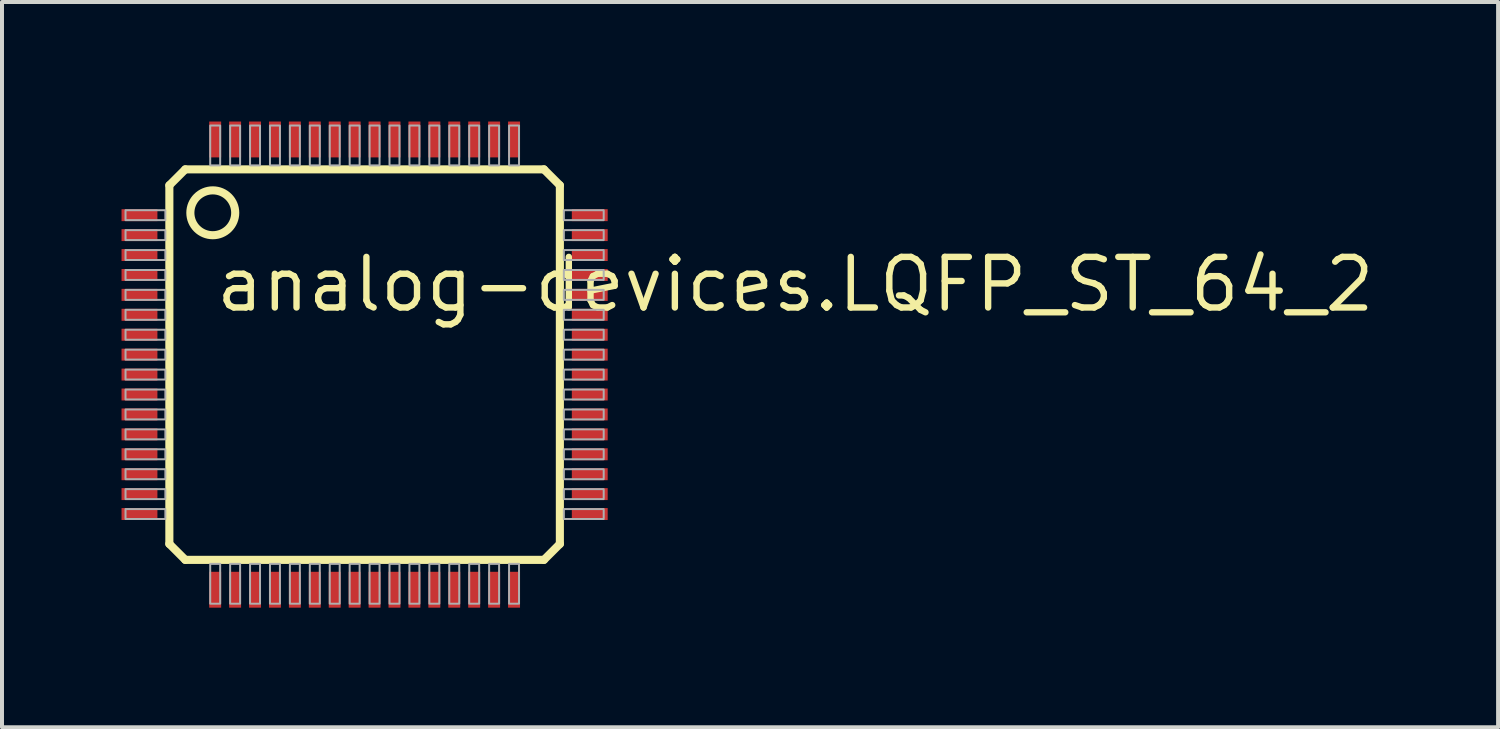
<source format=kicad_pcb>
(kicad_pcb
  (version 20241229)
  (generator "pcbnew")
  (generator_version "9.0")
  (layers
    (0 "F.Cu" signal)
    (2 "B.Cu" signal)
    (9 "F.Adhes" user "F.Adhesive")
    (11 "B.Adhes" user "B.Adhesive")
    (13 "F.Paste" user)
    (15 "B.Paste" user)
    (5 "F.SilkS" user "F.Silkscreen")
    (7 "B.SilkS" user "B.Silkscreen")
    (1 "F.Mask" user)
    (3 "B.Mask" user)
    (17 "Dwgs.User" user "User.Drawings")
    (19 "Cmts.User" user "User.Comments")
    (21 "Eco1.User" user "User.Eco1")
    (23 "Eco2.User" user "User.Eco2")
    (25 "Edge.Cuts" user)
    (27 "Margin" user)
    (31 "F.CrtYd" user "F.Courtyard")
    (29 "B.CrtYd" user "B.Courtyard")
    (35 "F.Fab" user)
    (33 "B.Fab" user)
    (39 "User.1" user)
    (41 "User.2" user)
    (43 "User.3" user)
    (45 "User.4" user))
  (footprint "analog-devices.LQFP_ST_64_2"
    (layer "F.Cu")
    (at 6.1 6.1)
    (property "Reference" "analog-devices.LQFP_ST_64_2" (at -3.81 -1.27 0) (layer "F.SilkS") (effects (font (size 1.27 1.27) (thickness 0.16)) (justify left bottom)))
    (attr smd)
    (fp_line (start -4.9 -4.5) (end -4.5 -4.9) (stroke (width 0.203) (type default)) (layer "F.SilkS"))
    (fp_line (start -4.9 4.5) (end -4.9 -4.5) (stroke (width 0.203) (type default)) (layer "F.SilkS"))
    (fp_line (start -4.5 -4.9) (end 4.5 -4.9) (stroke (width 0.203) (type default)) (layer "F.SilkS"))
    (fp_line (start -4.5 4.9) (end -4.9 4.5) (stroke (width 0.203) (type default)) (layer "F.SilkS"))
    (fp_line (start 4.5 -4.9) (end 4.9 -4.5) (stroke (width 0.203) (type default)) (layer "F.SilkS"))
    (fp_line (start 4.5 4.9) (end -4.5 4.9) (stroke (width 0.203) (type default)) (layer "F.SilkS"))
    (fp_line (start 4.9 -4.5) (end 4.9 4.5) (stroke (width 0.203) (type default)) (layer "F.SilkS"))
    (fp_line (start 4.9 4.5) (end 4.5 4.9) (stroke (width 0.203) (type default)) (layer "F.SilkS"))
    (fp_circle (center -3.81 -3.81) (end -3.247 -3.81) (stroke (width 0.203) (type default)) (fill no) (layer "F.SilkS"))
    (fp_rect (start -6 -3.625) (end -5 -3.875) (stroke (width 0.05) (type default)) (fill no) (layer "F.Fab"))
    (fp_rect (start -6 -3.125) (end -5 -3.375) (stroke (width 0.05) (type default)) (fill no) (layer "F.Fab"))
    (fp_rect (start -6 -2.625) (end -5 -2.875) (stroke (width 0.05) (type default)) (fill no) (layer "F.Fab"))
    (fp_rect (start -6 -2.125) (end -5 -2.375) (stroke (width 0.05) (type default)) (fill no) (layer "F.Fab"))
    (fp_rect (start -6 -1.625) (end -5 -1.875) (stroke (width 0.05) (type default)) (fill no) (layer "F.Fab"))
    (fp_rect (start -6 -1.125) (end -5 -1.375) (stroke (width 0.05) (type default)) (fill no) (layer "F.Fab"))
    (fp_rect (start -6 -0.625) (end -5 -0.875) (stroke (width 0.05) (type default)) (fill no) (layer "F.Fab"))
    (fp_rect (start -6 -0.125) (end -5 -0.375) (stroke (width 0.05) (type default)) (fill no) (layer "F.Fab"))
    (fp_rect (start -6 0.375) (end -5 0.125) (stroke (width 0.05) (type default)) (fill no) (layer "F.Fab"))
    (fp_rect (start -6 0.875) (end -5 0.625) (stroke (width 0.05) (type default)) (fill no) (layer "F.Fab"))
    (fp_rect (start -6 1.375) (end -5 1.125) (stroke (width 0.05) (type default)) (fill no) (layer "F.Fab"))
    (fp_rect (start -6 1.875) (end -5 1.625) (stroke (width 0.05) (type default)) (fill no) (layer "F.Fab"))
    (fp_rect (start -6 2.375) (end -5 2.125) (stroke (width 0.05) (type default)) (fill no) (layer "F.Fab"))
    (fp_rect (start -6 2.875) (end -5 2.625) (stroke (width 0.05) (type default)) (fill no) (layer "F.Fab"))
    (fp_rect (start -6 3.375) (end -5 3.125) (stroke (width 0.05) (type default)) (fill no) (layer "F.Fab"))
    (fp_rect (start -6 3.875) (end -5 3.625) (stroke (width 0.05) (type default)) (fill no) (layer "F.Fab"))
    (fp_rect (start -3.875 -5) (end -3.625 -6) (stroke (width 0.05) (type default)) (fill no) (layer "F.Fab"))
    (fp_rect (start -3.875 6) (end -3.625 5) (stroke (width 0.05) (type default)) (fill no) (layer "F.Fab"))
    (fp_rect (start -3.375 -5) (end -3.125 -6) (stroke (width 0.05) (type default)) (fill no) (layer "F.Fab"))
    (fp_rect (start -3.375 6) (end -3.125 5) (stroke (width 0.05) (type default)) (fill no) (layer "F.Fab"))
    (fp_rect (start -2.875 -5) (end -2.625 -6) (stroke (width 0.05) (type default)) (fill no) (layer "F.Fab"))
    (fp_rect (start -2.875 6) (end -2.625 5) (stroke (width 0.05) (type default)) (fill no) (layer "F.Fab"))
    (fp_rect (start -2.375 -5) (end -2.125 -6) (stroke (width 0.05) (type default)) (fill no) (layer "F.Fab"))
    (fp_rect (start -2.375 6) (end -2.125 5) (stroke (width 0.05) (type default)) (fill no) (layer "F.Fab"))
    (fp_rect (start -1.875 -5) (end -1.625 -6) (stroke (width 0.05) (type default)) (fill no) (layer "F.Fab"))
    (fp_rect (start -1.875 6) (end -1.625 5) (stroke (width 0.05) (type default)) (fill no) (layer "F.Fab"))
    (fp_rect (start -1.375 -5) (end -1.125 -6) (stroke (width 0.05) (type default)) (fill no) (layer "F.Fab"))
    (fp_rect (start -1.375 6) (end -1.125 5) (stroke (width 0.05) (type default)) (fill no) (layer "F.Fab"))
    (fp_rect (start -0.875 -5) (end -0.625 -6) (stroke (width 0.05) (type default)) (fill no) (layer "F.Fab"))
    (fp_rect (start -0.875 6) (end -0.625 5) (stroke (width 0.05) (type default)) (fill no) (layer "F.Fab"))
    (fp_rect (start -0.375 -5) (end -0.125 -6) (stroke (width 0.05) (type default)) (fill no) (layer "F.Fab"))
    (fp_rect (start -0.375 6) (end -0.125 5) (stroke (width 0.05) (type default)) (fill no) (layer "F.Fab"))
    (fp_rect (start 0.125 -5) (end 0.375 -6) (stroke (width 0.05) (type default)) (fill no) (layer "F.Fab"))
    (fp_rect (start 0.125 6) (end 0.375 5) (stroke (width 0.05) (type default)) (fill no) (layer "F.Fab"))
    (fp_rect (start 0.625 -5) (end 0.875 -6) (stroke (width 0.05) (type default)) (fill no) (layer "F.Fab"))
    (fp_rect (start 0.625 6) (end 0.875 5) (stroke (width 0.05) (type default)) (fill no) (layer "F.Fab"))
    (fp_rect (start 1.125 -5) (end 1.375 -6) (stroke (width 0.05) (type default)) (fill no) (layer "F.Fab"))
    (fp_rect (start 1.125 6) (end 1.375 5) (stroke (width 0.05) (type default)) (fill no) (layer "F.Fab"))
    (fp_rect (start 1.625 -5) (end 1.875 -6) (stroke (width 0.05) (type default)) (fill no) (layer "F.Fab"))
    (fp_rect (start 1.625 6) (end 1.875 5) (stroke (width 0.05) (type default)) (fill no) (layer "F.Fab"))
    (fp_rect (start 2.125 -5) (end 2.375 -6) (stroke (width 0.05) (type default)) (fill no) (layer "F.Fab"))
    (fp_rect (start 2.125 6) (end 2.375 5) (stroke (width 0.05) (type default)) (fill no) (layer "F.Fab"))
    (fp_rect (start 2.625 -5) (end 2.875 -6) (stroke (width 0.05) (type default)) (fill no) (layer "F.Fab"))
    (fp_rect (start 2.625 6) (end 2.875 5) (stroke (width 0.05) (type default)) (fill no) (layer "F.Fab"))
    (fp_rect (start 3.125 -5) (end 3.375 -6) (stroke (width 0.05) (type default)) (fill no) (layer "F.Fab"))
    (fp_rect (start 3.125 6) (end 3.375 5) (stroke (width 0.05) (type default)) (fill no) (layer "F.Fab"))
    (fp_rect (start 3.625 -5) (end 3.875 -6) (stroke (width 0.05) (type default)) (fill no) (layer "F.Fab"))
    (fp_rect (start 3.625 6) (end 3.875 5) (stroke (width 0.05) (type default)) (fill no) (layer "F.Fab"))
    (fp_rect (start 5 -3.625) (end 6 -3.875) (stroke (width 0.05) (type default)) (fill no) (layer "F.Fab"))
    (fp_rect (start 5 -3.125) (end 6 -3.375) (stroke (width 0.05) (type default)) (fill no) (layer "F.Fab"))
    (fp_rect (start 5 -2.625) (end 6 -2.875) (stroke (width 0.05) (type default)) (fill no) (layer "F.Fab"))
    (fp_rect (start 5 -2.125) (end 6 -2.375) (stroke (width 0.05) (type default)) (fill no) (layer "F.Fab"))
    (fp_rect (start 5 -1.625) (end 6 -1.875) (stroke (width 0.05) (type default)) (fill no) (layer "F.Fab"))
    (fp_rect (start 5 -1.125) (end 6 -1.375) (stroke (width 0.05) (type default)) (fill no) (layer "F.Fab"))
    (fp_rect (start 5 -0.625) (end 6 -0.875) (stroke (width 0.05) (type default)) (fill no) (layer "F.Fab"))
    (fp_rect (start 5 -0.125) (end 6 -0.375) (stroke (width 0.05) (type default)) (fill no) (layer "F.Fab"))
    (fp_rect (start 5 0.375) (end 6 0.125) (stroke (width 0.05) (type default)) (fill no) (layer "F.Fab"))
    (fp_rect (start 5 0.875) (end 6 0.625) (stroke (width 0.05) (type default)) (fill no) (layer "F.Fab"))
    (fp_rect (start 5 1.375) (end 6 1.125) (stroke (width 0.05) (type default)) (fill no) (layer "F.Fab"))
    (fp_rect (start 5 1.875) (end 6 1.625) (stroke (width 0.05) (type default)) (fill no) (layer "F.Fab"))
    (fp_rect (start 5 2.375) (end 6 2.125) (stroke (width 0.05) (type default)) (fill no) (layer "F.Fab"))
    (fp_rect (start 5 2.875) (end 6 2.625) (stroke (width 0.05) (type default)) (fill no) (layer "F.Fab"))
    (fp_rect (start 5 3.375) (end 6 3.125) (stroke (width 0.05) (type default)) (fill no) (layer "F.Fab"))
    (fp_rect (start 5 3.875) (end 6 3.625) (stroke (width 0.05) (type default)) (fill no) (layer "F.Fab"))
    (pad "1" smd roundrect (at -5.65 -3.75) (size 0.9 0.3) (layers "F.Cu" "F.Mask" "F.Paste") (roundrect_rratio 0.01))
    (pad "2" smd roundrect (at -5.65 -3.25) (size 0.9 0.3) (layers "F.Cu" "F.Mask" "F.Paste") (roundrect_rratio 0.01))
    (pad "3" smd roundrect (at -5.65 -2.75) (size 0.9 0.3) (layers "F.Cu" "F.Mask" "F.Paste") (roundrect_rratio 0.01))
    (pad "4" smd roundrect (at -5.65 -2.25) (size 0.9 0.3) (layers "F.Cu" "F.Mask" "F.Paste") (roundrect_rratio 0.01))
    (pad "5" smd roundrect (at -5.65 -1.75) (size 0.9 0.3) (layers "F.Cu" "F.Mask" "F.Paste") (roundrect_rratio 0.01))
    (pad "6" smd roundrect (at -5.65 -1.25) (size 0.9 0.3) (layers "F.Cu" "F.Mask" "F.Paste") (roundrect_rratio 0.01))
    (pad "7" smd roundrect (at -5.65 -0.75) (size 0.9 0.3) (layers "F.Cu" "F.Mask" "F.Paste") (roundrect_rratio 0.01))
    (pad "8" smd roundrect (at -5.65 -0.25) (size 0.9 0.3) (layers "F.Cu" "F.Mask" "F.Paste") (roundrect_rratio 0.01))
    (pad "9" smd roundrect (at -5.65 0.25) (size 0.9 0.3) (layers "F.Cu" "F.Mask" "F.Paste") (roundrect_rratio 0.01))
    (pad "10" smd roundrect (at -5.65 0.75) (size 0.9 0.3) (layers "F.Cu" "F.Mask" "F.Paste") (roundrect_rratio 0.01))
    (pad "11" smd roundrect (at -5.65 1.25) (size 0.9 0.3) (layers "F.Cu" "F.Mask" "F.Paste") (roundrect_rratio 0.01))
    (pad "12" smd roundrect (at -5.65 1.75) (size 0.9 0.3) (layers "F.Cu" "F.Mask" "F.Paste") (roundrect_rratio 0.01))
    (pad "13" smd roundrect (at -5.65 2.25) (size 0.9 0.3) (layers "F.Cu" "F.Mask" "F.Paste") (roundrect_rratio 0.01))
    (pad "14" smd roundrect (at -5.65 2.75) (size 0.9 0.3) (layers "F.Cu" "F.Mask" "F.Paste") (roundrect_rratio 0.01))
    (pad "15" smd roundrect (at -5.65 3.25) (size 0.9 0.3) (layers "F.Cu" "F.Mask" "F.Paste") (roundrect_rratio 0.01))
    (pad "16" smd roundrect (at -5.65 3.75) (size 0.9 0.3) (layers "F.Cu" "F.Mask" "F.Paste") (roundrect_rratio 0.01))
    (pad "17" smd roundrect (at -3.75 5.65 90) (size 0.9 0.3) (layers "F.Cu" "F.Mask" "F.Paste") (roundrect_rratio 0.01))
    (pad "18" smd roundrect (at -3.25 5.65 90) (size 0.9 0.3) (layers "F.Cu" "F.Mask" "F.Paste") (roundrect_rratio 0.01))
    (pad "19" smd roundrect (at -2.75 5.65 90) (size 0.9 0.3) (layers "F.Cu" "F.Mask" "F.Paste") (roundrect_rratio 0.01))
    (pad "20" smd roundrect (at -2.25 5.65 90) (size 0.9 0.3) (layers "F.Cu" "F.Mask" "F.Paste") (roundrect_rratio 0.01))
    (pad "21" smd roundrect (at -1.75 5.65 90) (size 0.9 0.3) (layers "F.Cu" "F.Mask" "F.Paste") (roundrect_rratio 0.01))
    (pad "22" smd roundrect (at -1.25 5.65 90) (size 0.9 0.3) (layers "F.Cu" "F.Mask" "F.Paste") (roundrect_rratio 0.01))
    (pad "23" smd roundrect (at -0.75 5.65 90) (size 0.9 0.3) (layers "F.Cu" "F.Mask" "F.Paste") (roundrect_rratio 0.01))
    (pad "24" smd roundrect (at -0.25 5.65 90) (size 0.9 0.3) (layers "F.Cu" "F.Mask" "F.Paste") (roundrect_rratio 0.01))
    (pad "25" smd roundrect (at 0.25 5.65 90) (size 0.9 0.3) (layers "F.Cu" "F.Mask" "F.Paste") (roundrect_rratio 0.01))
    (pad "26" smd roundrect (at 0.75 5.65 90) (size 0.9 0.3) (layers "F.Cu" "F.Mask" "F.Paste") (roundrect_rratio 0.01))
    (pad "27" smd roundrect (at 1.25 5.65 90) (size 0.9 0.3) (layers "F.Cu" "F.Mask" "F.Paste") (roundrect_rratio 0.01))
    (pad "28" smd roundrect (at 1.75 5.65 90) (size 0.9 0.3) (layers "F.Cu" "F.Mask" "F.Paste") (roundrect_rratio 0.01))
    (pad "29" smd roundrect (at 2.25 5.65 90) (size 0.9 0.3) (layers "F.Cu" "F.Mask" "F.Paste") (roundrect_rratio 0.01))
    (pad "30" smd roundrect (at 2.75 5.65 90) (size 0.9 0.3) (layers "F.Cu" "F.Mask" "F.Paste") (roundrect_rratio 0.01))
    (pad "31" smd roundrect (at 3.25 5.65 90) (size 0.9 0.3) (layers "F.Cu" "F.Mask" "F.Paste") (roundrect_rratio 0.01))
    (pad "32" smd roundrect (at 3.75 5.65 90) (size 0.9 0.3) (layers "F.Cu" "F.Mask" "F.Paste") (roundrect_rratio 0.01))
    (pad "33" smd roundrect (at 5.65 3.75 180) (size 0.9 0.3) (layers "F.Cu" "F.Mask" "F.Paste") (roundrect_rratio 0.01))
    (pad "34" smd roundrect (at 5.65 3.25 180) (size 0.9 0.3) (layers "F.Cu" "F.Mask" "F.Paste") (roundrect_rratio 0.01))
    (pad "35" smd roundrect (at 5.65 2.75 180) (size 0.9 0.3) (layers "F.Cu" "F.Mask" "F.Paste") (roundrect_rratio 0.01))
    (pad "36" smd roundrect (at 5.65 2.25 180) (size 0.9 0.3) (layers "F.Cu" "F.Mask" "F.Paste") (roundrect_rratio 0.01))
    (pad "37" smd roundrect (at 5.65 1.75 180) (size 0.9 0.3) (layers "F.Cu" "F.Mask" "F.Paste") (roundrect_rratio 0.01))
    (pad "38" smd roundrect (at 5.65 1.25 180) (size 0.9 0.3) (layers "F.Cu" "F.Mask" "F.Paste") (roundrect_rratio 0.01))
    (pad "39" smd roundrect (at 5.65 0.75 180) (size 0.9 0.3) (layers "F.Cu" "F.Mask" "F.Paste") (roundrect_rratio 0.01))
    (pad "40" smd roundrect (at 5.65 0.25 180) (size 0.9 0.3) (layers "F.Cu" "F.Mask" "F.Paste") (roundrect_rratio 0.01))
    (pad "41" smd roundrect (at 5.65 -0.25 180) (size 0.9 0.3) (layers "F.Cu" "F.Mask" "F.Paste") (roundrect_rratio 0.01))
    (pad "42" smd roundrect (at 5.65 -0.75 180) (size 0.9 0.3) (layers "F.Cu" "F.Mask" "F.Paste") (roundrect_rratio 0.01))
    (pad "43" smd roundrect (at 5.65 -1.25 180) (size 0.9 0.3) (layers "F.Cu" "F.Mask" "F.Paste") (roundrect_rratio 0.01))
    (pad "44" smd roundrect (at 5.65 -1.75 180) (size 0.9 0.3) (layers "F.Cu" "F.Mask" "F.Paste") (roundrect_rratio 0.01))
    (pad "45" smd roundrect (at 5.65 -2.25 180) (size 0.9 0.3) (layers "F.Cu" "F.Mask" "F.Paste") (roundrect_rratio 0.01))
    (pad "46" smd roundrect (at 5.65 -2.75 180) (size 0.9 0.3) (layers "F.Cu" "F.Mask" "F.Paste") (roundrect_rratio 0.01))
    (pad "47" smd roundrect (at 5.65 -3.25 180) (size 0.9 0.3) (layers "F.Cu" "F.Mask" "F.Paste") (roundrect_rratio 0.01))
    (pad "48" smd roundrect (at 5.65 -3.75 180) (size 0.9 0.3) (layers "F.Cu" "F.Mask" "F.Paste") (roundrect_rratio 0.01))
    (pad "49" smd roundrect (at 3.75 -5.65 270) (size 0.9 0.3) (layers "F.Cu" "F.Mask" "F.Paste") (roundrect_rratio 0.01))
    (pad "50" smd roundrect (at 3.25 -5.65 270) (size 0.9 0.3) (layers "F.Cu" "F.Mask" "F.Paste") (roundrect_rratio 0.01))
    (pad "51" smd roundrect (at 2.75 -5.65 270) (size 0.9 0.3) (layers "F.Cu" "F.Mask" "F.Paste") (roundrect_rratio 0.01))
    (pad "52" smd roundrect (at 2.25 -5.65 270) (size 0.9 0.3) (layers "F.Cu" "F.Mask" "F.Paste") (roundrect_rratio 0.01))
    (pad "53" smd roundrect (at 1.75 -5.65 270) (size 0.9 0.3) (layers "F.Cu" "F.Mask" "F.Paste") (roundrect_rratio 0.01))
    (pad "54" smd roundrect (at 1.25 -5.65 270) (size 0.9 0.3) (layers "F.Cu" "F.Mask" "F.Paste") (roundrect_rratio 0.01))
    (pad "55" smd roundrect (at 0.75 -5.65 270) (size 0.9 0.3) (layers "F.Cu" "F.Mask" "F.Paste") (roundrect_rratio 0.01))
    (pad "56" smd roundrect (at 0.25 -5.65 270) (size 0.9 0.3) (layers "F.Cu" "F.Mask" "F.Paste") (roundrect_rratio 0.01))
    (pad "57" smd roundrect (at -0.25 -5.65 270) (size 0.9 0.3) (layers "F.Cu" "F.Mask" "F.Paste") (roundrect_rratio 0.01))
    (pad "58" smd roundrect (at -0.75 -5.65 270) (size 0.9 0.3) (layers "F.Cu" "F.Mask" "F.Paste") (roundrect_rratio 0.01))
    (pad "59" smd roundrect (at -1.25 -5.65 270) (size 0.9 0.3) (layers "F.Cu" "F.Mask" "F.Paste") (roundrect_rratio 0.01))
    (pad "60" smd roundrect (at -1.75 -5.65 270) (size 0.9 0.3) (layers "F.Cu" "F.Mask" "F.Paste") (roundrect_rratio 0.01))
    (pad "61" smd roundrect (at -2.25 -5.65 270) (size 0.9 0.3) (layers "F.Cu" "F.Mask" "F.Paste") (roundrect_rratio 0.01))
    (pad "62" smd roundrect (at -2.75 -5.65 270) (size 0.9 0.3) (layers "F.Cu" "F.Mask" "F.Paste") (roundrect_rratio 0.01))
    (pad "63" smd roundrect (at -3.25 -5.65 270) (size 0.9 0.3) (layers "F.Cu" "F.Mask" "F.Paste") (roundrect_rratio 0.01))
    (pad "64" smd roundrect (at -3.75 -5.65 270) (size 0.9 0.3) (layers "F.Cu" "F.Mask" "F.Paste") (roundrect_rratio 0.01)))
  (gr_rect
    (start -3 -3)
    (end 34.545 15.2)
    (stroke (width 0.1) (type default))
    (fill no)
    (layer "Edge.Cuts")))
</source>
